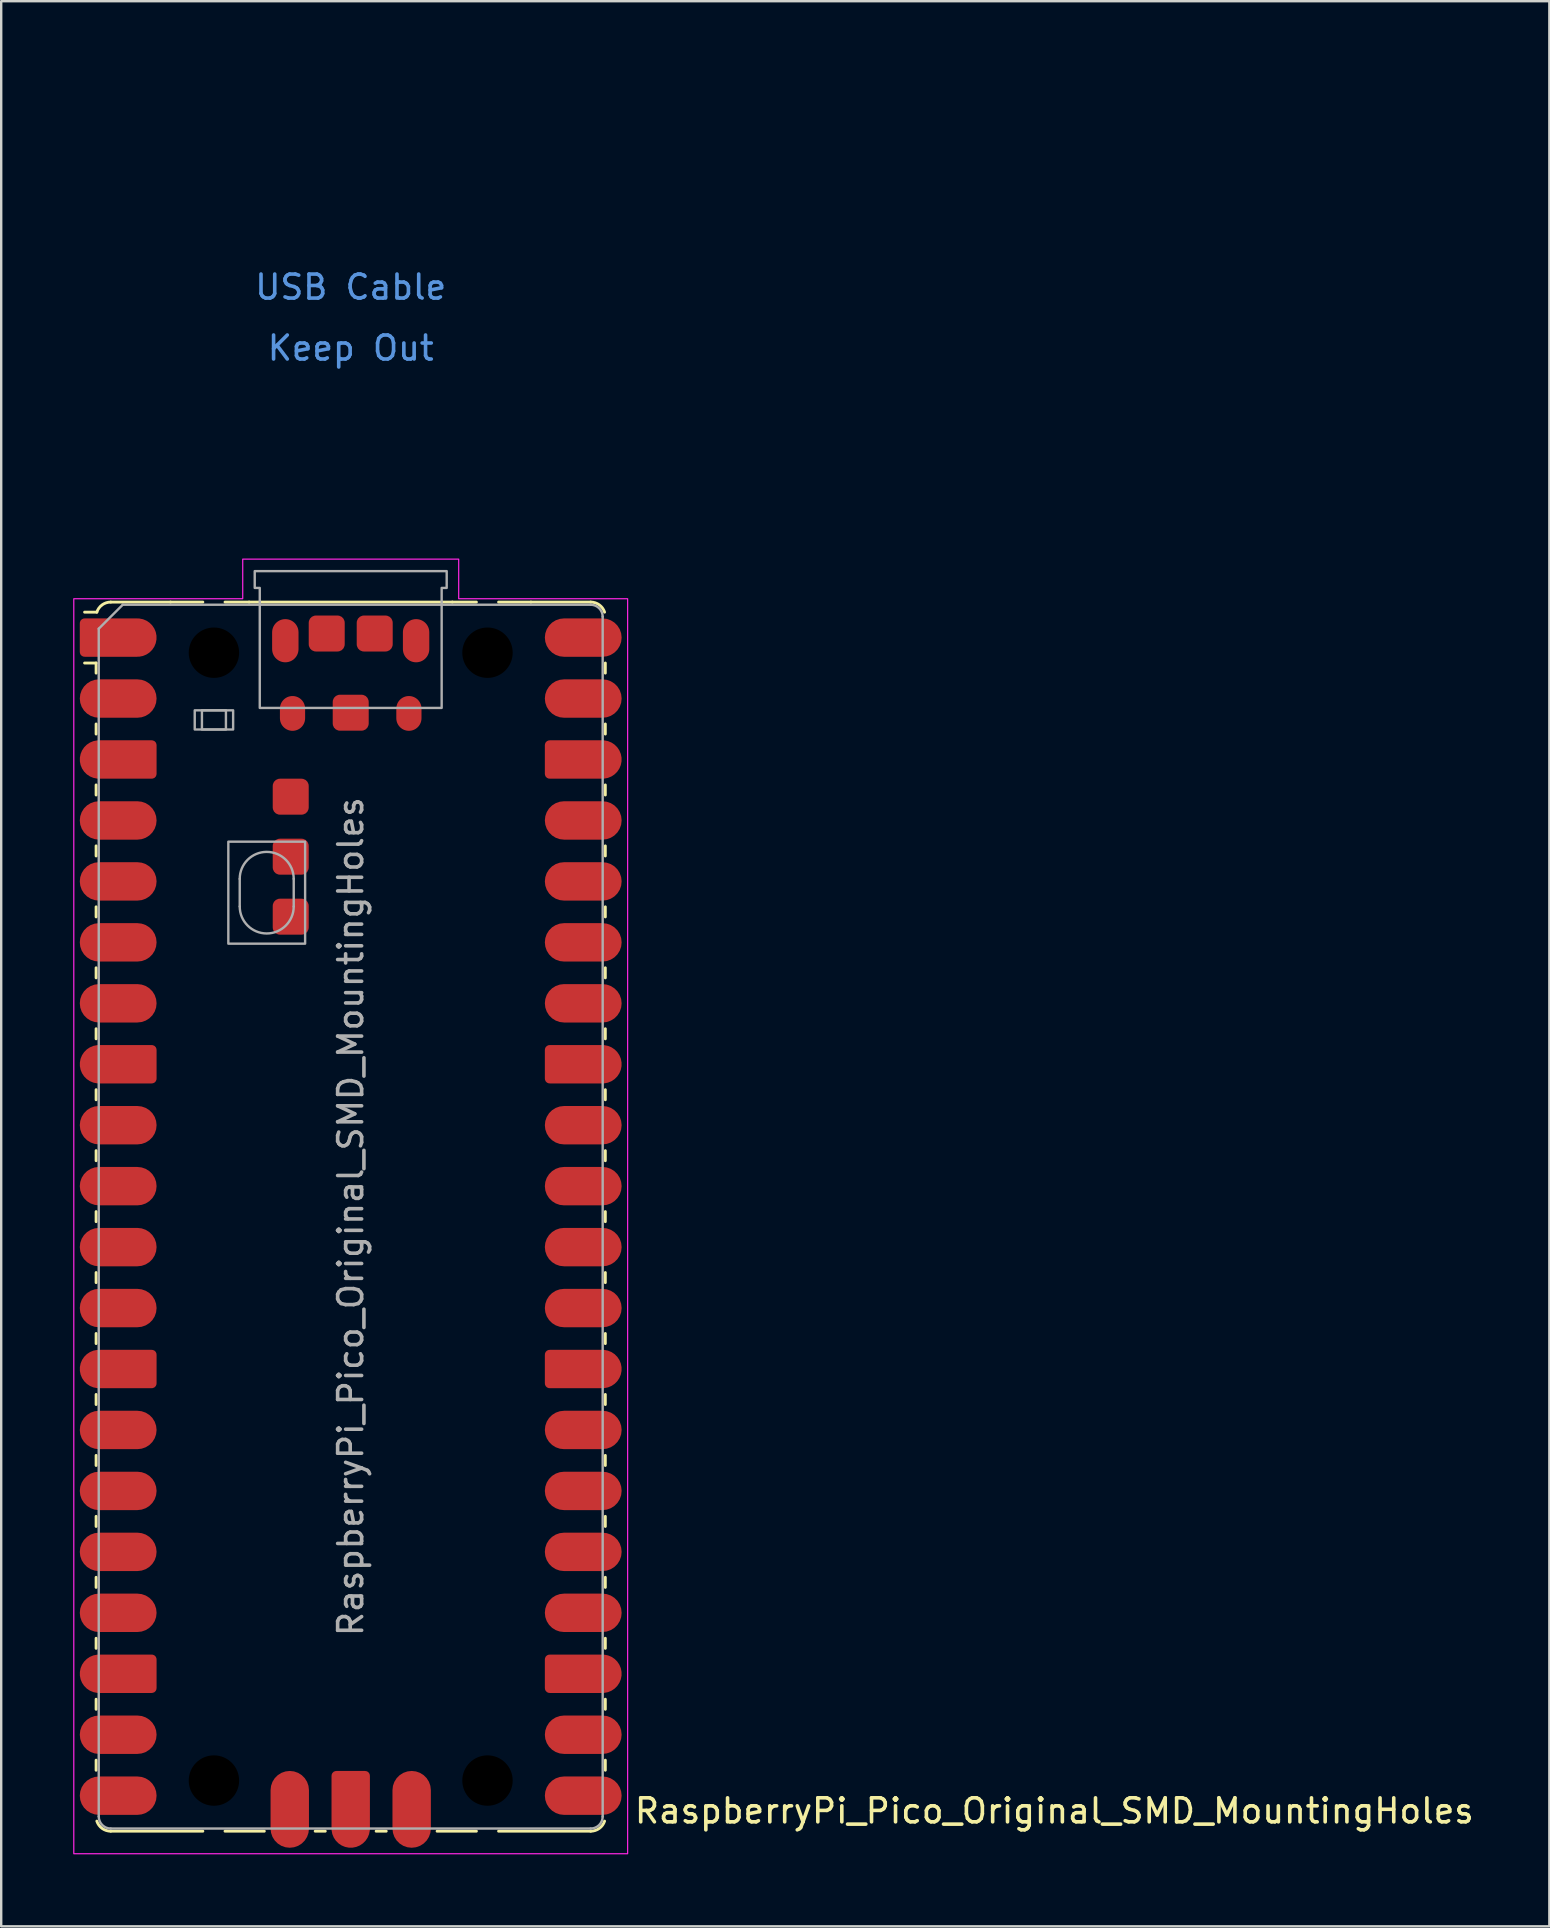
<source format=kicad_pcb>
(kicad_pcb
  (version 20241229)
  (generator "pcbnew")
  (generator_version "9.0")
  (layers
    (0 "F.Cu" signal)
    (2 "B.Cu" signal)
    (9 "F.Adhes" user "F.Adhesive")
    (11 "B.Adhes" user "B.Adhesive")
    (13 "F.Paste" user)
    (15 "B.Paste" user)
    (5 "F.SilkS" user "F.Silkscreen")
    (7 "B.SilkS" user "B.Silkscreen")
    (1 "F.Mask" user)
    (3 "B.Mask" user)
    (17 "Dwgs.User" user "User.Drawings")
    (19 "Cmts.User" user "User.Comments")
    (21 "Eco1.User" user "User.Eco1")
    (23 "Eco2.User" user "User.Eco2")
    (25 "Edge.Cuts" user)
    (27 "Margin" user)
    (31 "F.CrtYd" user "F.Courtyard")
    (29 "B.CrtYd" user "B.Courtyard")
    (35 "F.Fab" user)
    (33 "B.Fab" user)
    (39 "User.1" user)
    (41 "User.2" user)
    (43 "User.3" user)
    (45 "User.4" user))
  (footprint "RaspberryPi_Pico_Original_SMD_MountingHoles"
    (layer "F.Cu")
    (at 11.565 47.65)
    (property "Reference" "RaspberryPi_Pico_Original_SMD_MountingHoles" (at 11.748 24.765 0) (unlocked yes) (layer "F.SilkS") (effects (font (size 1 1) (thickness 0.15)) (justify left)))
    (attr smd)
    (fp_line (start -10.61 -23.07) (end -11.09 -23.07) (stroke (width 0.12) (type solid)) (layer "F.SilkS"))
    (fp_line (start -10.61 -23.07) (end -10.61 -22.65) (stroke (width 0.12) (type solid)) (layer "F.SilkS"))
    (fp_line (start -10.61 -20.53) (end -10.61 -20.11) (stroke (width 0.12) (type solid)) (layer "F.SilkS"))
    (fp_line (start -10.61 -17.99) (end -10.61 -17.57) (stroke (width 0.12) (type solid)) (layer "F.SilkS"))
    (fp_line (start -10.61 -15.45) (end -10.61 -15.03) (stroke (width 0.12) (type solid)) (layer "F.SilkS"))
    (fp_line (start -10.61 -12.91) (end -10.61 -12.49) (stroke (width 0.12) (type solid)) (layer "F.SilkS"))
    (fp_line (start -10.61 -10.37) (end -10.61 -9.95) (stroke (width 0.12) (type solid)) (layer "F.SilkS"))
    (fp_line (start -10.61 -7.83) (end -10.61 -7.41) (stroke (width 0.12) (type solid)) (layer "F.SilkS"))
    (fp_line (start -10.61 -5.29) (end -10.61 -4.87) (stroke (width 0.12) (type solid)) (layer "F.SilkS"))
    (fp_line (start -10.61 -2.75) (end -10.61 -2.33) (stroke (width 0.12) (type solid)) (layer "F.SilkS"))
    (fp_line (start -10.61 -0.21) (end -10.61 0.21) (stroke (width 0.12) (type solid)) (layer "F.SilkS"))
    (fp_line (start -10.61 2.33) (end -10.61 2.75) (stroke (width 0.12) (type solid)) (layer "F.SilkS"))
    (fp_line (start -10.61 4.87) (end -10.61 5.29) (stroke (width 0.12) (type solid)) (layer "F.SilkS"))
    (fp_line (start -10.61 7.41) (end -10.61 7.83) (stroke (width 0.12) (type solid)) (layer "F.SilkS"))
    (fp_line (start -10.61 9.95) (end -10.61 10.37) (stroke (width 0.12) (type solid)) (layer "F.SilkS"))
    (fp_line (start -10.61 12.49) (end -10.61 12.91) (stroke (width 0.12) (type solid)) (layer "F.SilkS"))
    (fp_line (start -10.61 15.03) (end -10.61 15.45) (stroke (width 0.12) (type solid)) (layer "F.SilkS"))
    (fp_line (start -10.61 17.57) (end -10.61 17.99) (stroke (width 0.12) (type solid)) (layer "F.SilkS"))
    (fp_line (start -10.61 20.11) (end -10.61 20.53) (stroke (width 0.12) (type solid)) (layer "F.SilkS"))
    (fp_line (start -10.61 22.65) (end -10.61 23.07) (stroke (width 0.12) (type solid)) (layer "F.SilkS"))
    (fp_line (start -10.58 -25.19) (end -11.09 -25.19) (stroke (width 0.12) (type solid)) (layer "F.SilkS"))
    (fp_line (start -10 -25.61) (end -7.51 -25.61) (stroke (width 0.12) (type solid)) (layer "F.SilkS"))
    (fp_line (start -10 25.61) (end -6.162 25.61) (stroke (width 0.12) (type solid)) (layer "F.SilkS"))
    (fp_line (start -7.51 -25.61) (end -6.162 -25.61) (stroke (width 0.12) (type solid)) (layer "F.SilkS"))
    (fp_line (start -5.238 -25.61) (end -4.235 -25.61) (stroke (width 0.12) (type solid)) (layer "F.SilkS"))
    (fp_line (start -4.235 -25.61) (end 4.235 -25.61) (stroke (width 0.12) (type solid)) (layer "F.SilkS"))
    (fp_line (start -3.6 25.61) (end -5.238 25.61) (stroke (width 0.12) (type solid)) (layer "F.SilkS"))
    (fp_line (start -1.48 25.61) (end -1.06 25.61) (stroke (width 0.12) (type solid)) (layer "F.SilkS"))
    (fp_line (start 1.06 25.61) (end 1.48 25.61) (stroke (width 0.12) (type solid)) (layer "F.SilkS"))
    (fp_line (start 4.235 -25.61) (end 5.238 -25.61) (stroke (width 0.12) (type solid)) (layer "F.SilkS"))
    (fp_line (start 5.238 25.61) (end 3.6 25.61) (stroke (width 0.12) (type solid)) (layer "F.SilkS"))
    (fp_line (start 6.162 -25.61) (end 7.51 -25.61) (stroke (width 0.12) (type solid)) (layer "F.SilkS"))
    (fp_line (start 6.162 25.61) (end 10 25.61) (stroke (width 0.12) (type solid)) (layer "F.SilkS"))
    (fp_line (start 10 -25.61) (end 7.51 -25.61) (stroke (width 0.12) (type solid)) (layer "F.SilkS"))
    (fp_line (start 10.61 -23.07) (end 10.61 -22.65) (stroke (width 0.12) (type solid)) (layer "F.SilkS"))
    (fp_line (start 10.61 -20.53) (end 10.61 -20.11) (stroke (width 0.12) (type solid)) (layer "F.SilkS"))
    (fp_line (start 10.61 -17.99) (end 10.61 -17.57) (stroke (width 0.12) (type solid)) (layer "F.SilkS"))
    (fp_line (start 10.61 -15.45) (end 10.61 -15.03) (stroke (width 0.12) (type solid)) (layer "F.SilkS"))
    (fp_line (start 10.61 -12.91) (end 10.61 -12.49) (stroke (width 0.12) (type solid)) (layer "F.SilkS"))
    (fp_line (start 10.61 -10.37) (end 10.61 -9.95) (stroke (width 0.12) (type solid)) (layer "F.SilkS"))
    (fp_line (start 10.61 -7.83) (end 10.61 -7.41) (stroke (width 0.12) (type solid)) (layer "F.SilkS"))
    (fp_line (start 10.61 -5.29) (end 10.61 -4.87) (stroke (width 0.12) (type solid)) (layer "F.SilkS"))
    (fp_line (start 10.61 -2.75) (end 10.61 -2.33) (stroke (width 0.12) (type solid)) (layer "F.SilkS"))
    (fp_line (start 10.61 -0.21) (end 10.61 0.21) (stroke (width 0.12) (type solid)) (layer "F.SilkS"))
    (fp_line (start 10.61 2.33) (end 10.61 2.75) (stroke (width 0.12) (type solid)) (layer "F.SilkS"))
    (fp_line (start 10.61 4.87) (end 10.61 5.29) (stroke (width 0.12) (type solid)) (layer "F.SilkS"))
    (fp_line (start 10.61 7.41) (end 10.61 7.83) (stroke (width 0.12) (type solid)) (layer "F.SilkS"))
    (fp_line (start 10.61 9.95) (end 10.61 10.37) (stroke (width 0.12) (type solid)) (layer "F.SilkS"))
    (fp_line (start 10.61 12.49) (end 10.61 12.91) (stroke (width 0.12) (type solid)) (layer "F.SilkS"))
    (fp_line (start 10.61 15.03) (end 10.61 15.45) (stroke (width 0.12) (type solid)) (layer "F.SilkS"))
    (fp_line (start 10.61 17.57) (end 10.61 17.99) (stroke (width 0.12) (type solid)) (layer "F.SilkS"))
    (fp_line (start 10.61 20.11) (end 10.61 20.53) (stroke (width 0.12) (type solid)) (layer "F.SilkS"))
    (fp_line (start 10.61 22.65) (end 10.61 23.07) (stroke (width 0.12) (type solid)) (layer "F.SilkS"))
    (fp_arc (start -10.579676 -25.189937) (mid -10.357938 -25.493944) (end -10 -25.61) (stroke (width 0.12) (type solid)) (layer "F.SilkS"))
    (fp_arc (start -10 25.61) (mid -10.357937 25.493943) (end -10.579676 25.189937) (stroke (width 0.12) (type solid)) (layer "F.SilkS"))
    (fp_arc (start 10 -25.61) (mid 10.357937 -25.493944) (end 10.579676 -25.189937) (stroke (width 0.12) (type solid)) (layer "F.SilkS"))
    (fp_arc (start 10.579676 25.189937) (mid 10.357953 25.493966) (end 10 25.61) (stroke (width 0.12) (type solid)) (layer "F.SilkS"))
    (fp_poly (pts (xy -4.5 -27.4) (xy 4.5 -27.4) (xy 4.5 -25.75) (xy 11.54 -25.75) (xy 11.54 26.55) (xy -11.54 26.55) (xy -11.54 -25.75) (xy -4.5 -25.75)) (stroke (width 0.05) (type solid)) (fill no) (layer "F.CrtYd"))
    (fp_line (start -10.5 -24.5) (end -9.5 -25.5) (stroke (width 0.1) (type solid)) (layer "F.Fab"))
    (fp_line (start -10.5 25) (end -10.5 -24.5) (stroke (width 0.1) (type solid)) (layer "F.Fab"))
    (fp_line (start -9.5 -25.5) (end 10 -25.5) (stroke (width 0.1) (type solid)) (layer "F.Fab"))
    (fp_line (start -4.625 -14.075) (end -4.625 -12.925) (stroke (width 0.1) (type solid)) (layer "F.Fab"))
    (fp_line (start -2.375 -14.075) (end -2.375 -12.925) (stroke (width 0.1) (type solid)) (layer "F.Fab"))
    (fp_line (start 10 25.5) (end -10 25.5) (stroke (width 0.1) (type solid)) (layer "F.Fab"))
    (fp_line (start 10.5 -25) (end 10.5 25) (stroke (width 0.1) (type solid)) (layer "F.Fab"))
    (fp_rect (start -6.5 -21.1) (end -4.9 -20.3) (stroke (width 0.1) (type solid)) (fill no) (layer "F.Fab"))
    (fp_rect (start -6.2 -21.1) (end -5.2 -20.3) (stroke (width 0.1) (type solid)) (fill no) (layer "F.Fab"))
    (fp_rect (start -5.1 -15.625) (end -1.9 -11.375) (stroke (width 0.1) (type solid)) (fill no) (layer "F.Fab"))
    (fp_arc (start -10 25.5) (mid -10.353553 25.353553) (end -10.5 25) (stroke (width 0.1) (type solid)) (layer "F.Fab"))
    (fp_arc (start -4.625 -14.075) (mid -3.5 -15.2) (end -2.375 -14.075) (stroke (width 0.1) (type solid)) (layer "F.Fab"))
    (fp_arc (start -2.375 -12.925) (mid -3.5 -11.8) (end -4.625 -12.925) (stroke (width 0.1) (type solid)) (layer "F.Fab"))
    (fp_arc (start 10 -25.5) (mid 10.353553 -25.353553) (end 10.5 -25) (stroke (width 0.1) (type solid)) (layer "F.Fab"))
    (fp_arc (start 10.5 25) (mid 10.353553 25.353553) (end 10 25.5) (stroke (width 0.1) (type solid)) (layer "F.Fab"))
    (fp_poly (pts (xy 3.79 -21.2) (xy 3.79 -26.2) (xy 4 -26.2) (xy 4 -26.9) (xy -4 -26.9) (xy -4 -26.2) (xy -3.79 -26.2) (xy -3.79 -21.2)) (stroke (width 0.1) (type solid)) (fill no) (layer "F.Fab"))
    (fp_text user "Keep Out" (at 0 -36.195 0) (unlocked yes) (layer "Cmts.User") (effects (font (size 1 1) (thickness 0.15))))
    (fp_text user "USB Cable" (at 0 -38.735 0) (unlocked yes) (layer "Cmts.User") (effects (font (size 1 1) (thickness 0.15))))
    (fp_text user "${REFERENCE}" (at 0 0 90) (layer "F.Fab") (effects (font (size 1 1) (thickness 0.15))))
    (pad "" np_thru_hole circle (at -5.7 -23.5) (size 3.8 3.8) (drill 2.1) (layers "*.Mask"))
    (pad "" np_thru_hole circle (at -5.7 23.5) (size 3.8 3.8) (drill 2.1) (layers "*.Mask"))
    (pad "" smd oval (at -2.725 -24) (size 1.1 1.8) (layers "F.Cu" "F.Mask" "F.Paste"))
    (pad "" smd oval (at -2.425 -20.97) (size 1.05 1.45) (layers "F.Cu" "F.Mask" "F.Paste"))
    (pad "" smd oval (at 2.425 -20.97) (size 1.05 1.45) (layers "F.Cu" "F.Mask" "F.Paste"))
    (pad "" smd oval (at 2.725 -24) (size 1.1 1.8) (layers "F.Cu" "F.Mask" "F.Paste"))
    (pad "" np_thru_hole circle (at 5.7 -23.5) (size 3.8 3.8) (drill 2.1) (layers "*.Mask"))
    (pad "" np_thru_hole circle (at 5.7 23.5) (size 3.8 3.8) (drill 2.1) (layers "*.Mask"))
    (pad "1" smd custom (at -8.89 -24.13) (size 1.6 1.6) (layers "F.Cu" "F.Mask" "F.Paste") (options (anchor circle)) (primitives (gr_poly (pts (xy -2.4 0.6) (xy -2.4 -0.6) (xy -2.2 -0.8) (xy 0 -0.8) (xy 0 0.8) (xy -2.2 0.8)) (width 0) (fill yes)) (gr_circle (center -2.2 0.6) (end -2 0.6) (width 0) (fill yes)) (gr_circle (center -2.2 -0.6) (end -2 -0.6) (width 0) (fill yes))))
    (pad "2" smd roundrect (at -8.89 -21.59) (size 3.2 1.6) (drill (offset -0.8 0)) (layers "F.Cu" "F.Mask" "F.Paste") (roundrect_rratio 0.5))
    (pad "3" smd custom (at -8.89 -19.05) (size 1.6 1.6) (layers "F.Cu" "F.Mask" "F.Paste") (options (anchor circle)) (primitives (gr_poly (pts (xy 0.8 -0.6) (xy 0.8 0.6) (xy 0.6 0.8) (xy -1.6 0.8) (xy -1.6 -0.8) (xy 0.6 -0.8)) (width 0) (fill yes)) (gr_circle (center 0.6 0.6) (end 0.8 0.6) (width 0) (fill yes)) (gr_circle (center 0.6 -0.6) (end 0.8 -0.6) (width 0) (fill yes)) (gr_circle (center -1.6 0) (end -0.8 0) (width 0) (fill yes))))
    (pad "4" smd roundrect (at -8.89 -16.51) (size 3.2 1.6) (drill (offset -0.8 0)) (layers "F.Cu" "F.Mask" "F.Paste") (roundrect_rratio 0.5))
    (pad "5" smd roundrect (at -8.89 -13.97) (size 3.2 1.6) (drill (offset -0.8 0)) (layers "F.Cu" "F.Mask" "F.Paste") (roundrect_rratio 0.5))
    (pad "6" smd roundrect (at -8.89 -11.43) (size 3.2 1.6) (drill (offset -0.8 0)) (layers "F.Cu" "F.Mask" "F.Paste") (roundrect_rratio 0.5))
    (pad "7" smd roundrect (at -8.89 -8.89) (size 3.2 1.6) (drill (offset -0.8 0)) (layers "F.Cu" "F.Mask" "F.Paste") (roundrect_rratio 0.5))
    (pad "8" smd custom (at -8.89 -6.35) (size 1.6 1.6) (layers "F.Cu" "F.Mask" "F.Paste") (options (anchor circle)) (primitives (gr_poly (pts (xy 0.8 -0.6) (xy 0.8 0.6) (xy 0.6 0.8) (xy -1.6 0.8) (xy -1.6 -0.8) (xy 0.6 -0.8)) (width 0) (fill yes)) (gr_circle (center 0.6 0.6) (end 0.8 0.6) (width 0) (fill yes)) (gr_circle (center 0.6 -0.6) (end 0.8 -0.6) (width 0) (fill yes)) (gr_circle (center -1.6 0) (end -0.8 0) (width 0) (fill yes))))
    (pad "9" smd roundrect (at -8.89 -3.81) (size 3.2 1.6) (drill (offset -0.8 0)) (layers "F.Cu" "F.Mask" "F.Paste") (roundrect_rratio 0.5))
    (pad "10" smd roundrect (at -8.89 -1.27) (size 3.2 1.6) (drill (offset -0.8 0)) (layers "F.Cu" "F.Mask" "F.Paste") (roundrect_rratio 0.5))
    (pad "11" smd roundrect (at -8.89 1.27) (size 3.2 1.6) (drill (offset -0.8 0)) (layers "F.Cu" "F.Mask" "F.Paste") (roundrect_rratio 0.5))
    (pad "12" smd roundrect (at -8.89 3.81) (size 3.2 1.6) (drill (offset -0.8 0)) (layers "F.Cu" "F.Mask" "F.Paste") (roundrect_rratio 0.5))
    (pad "13" smd custom (at -8.89 6.35) (size 1.6 1.6) (layers "F.Cu" "F.Mask" "F.Paste") (options (anchor circle)) (primitives (gr_poly (pts (xy 0.8 -0.6) (xy 0.8 0.6) (xy 0.6 0.8) (xy -1.6 0.8) (xy -1.6 -0.8) (xy 0.6 -0.8)) (width 0) (fill yes)) (gr_circle (center 0.6 0.6) (end 0.8 0.6) (width 0) (fill yes)) (gr_circle (center 0.6 -0.6) (end 0.8 -0.6) (width 0) (fill yes)) (gr_circle (center -1.6 0) (end -0.8 0) (width 0) (fill yes))))
    (pad "14" smd roundrect (at -8.89 8.89) (size 3.2 1.6) (drill (offset -0.8 0)) (layers "F.Cu" "F.Mask" "F.Paste") (roundrect_rratio 0.5))
    (pad "15" smd roundrect (at -8.89 11.43) (size 3.2 1.6) (drill (offset -0.8 0)) (layers "F.Cu" "F.Mask" "F.Paste") (roundrect_rratio 0.5))
    (pad "16" smd roundrect (at -8.89 13.97) (size 3.2 1.6) (drill (offset -0.8 0)) (layers "F.Cu" "F.Mask" "F.Paste") (roundrect_rratio 0.5))
    (pad "17" smd roundrect (at -8.89 16.51) (size 3.2 1.6) (drill (offset -0.8 0)) (layers "F.Cu" "F.Mask" "F.Paste") (roundrect_rratio 0.5))
    (pad "18" smd custom (at -8.89 19.05) (size 1.6 1.6) (layers "F.Cu" "F.Mask" "F.Paste") (options (anchor circle)) (primitives (gr_poly (pts (xy 0.8 -0.6) (xy 0.8 0.6) (xy 0.6 0.8) (xy -1.6 0.8) (xy -1.6 -0.8) (xy 0.6 -0.8)) (width 0) (fill yes)) (gr_circle (center 0.6 0.6) (end 0.8 0.6) (width 0) (fill yes)) (gr_circle (center 0.6 -0.6) (end 0.8 -0.6) (width 0) (fill yes)) (gr_circle (center -1.6 0) (end -0.8 0) (width 0) (fill yes))))
    (pad "19" smd roundrect (at -8.89 21.59) (size 3.2 1.6) (drill (offset -0.8 0)) (layers "F.Cu" "F.Mask" "F.Paste") (roundrect_rratio 0.5))
    (pad "20" smd roundrect (at -8.89 24.13) (size 3.2 1.6) (drill (offset -0.8 0)) (layers "F.Cu" "F.Mask" "F.Paste") (roundrect_rratio 0.5))
    (pad "21" smd roundrect (at 8.89 24.13) (size 3.2 1.6) (drill (offset 0.8 0)) (layers "F.Cu" "F.Mask" "F.Paste") (roundrect_rratio 0.5))
    (pad "22" smd roundrect (at 8.89 21.59) (size 3.2 1.6) (drill (offset 0.8 0)) (layers "F.Cu" "F.Mask" "F.Paste") (roundrect_rratio 0.5))
    (pad "23" smd custom (at 8.89 19.05) (size 1.6 1.6) (layers "F.Cu" "F.Mask" "F.Paste") (options (anchor circle)) (primitives (gr_poly (pts (xy -0.8 -0.6) (xy -0.8 0.6) (xy -0.6 0.8) (xy 1.6 0.8) (xy 1.6 -0.8) (xy -0.6 -0.8)) (width 0) (fill yes)) (gr_circle (center -0.6 0.6) (end -0.4 0.6) (width 0) (fill yes)) (gr_circle (center -0.6 -0.6) (end -0.4 -0.6) (width 0) (fill yes)) (gr_circle (center 1.6 0) (end 2.4 0) (width 0) (fill yes))))
    (pad "24" smd roundrect (at 8.89 16.51) (size 3.2 1.6) (drill (offset 0.8 0)) (layers "F.Cu" "F.Mask" "F.Paste") (roundrect_rratio 0.5))
    (pad "25" smd roundrect (at 8.89 13.97) (size 3.2 1.6) (drill (offset 0.8 0)) (layers "F.Cu" "F.Mask" "F.Paste") (roundrect_rratio 0.5))
    (pad "26" smd roundrect (at 8.89 11.43) (size 3.2 1.6) (drill (offset 0.8 0)) (layers "F.Cu" "F.Mask" "F.Paste") (roundrect_rratio 0.5))
    (pad "27" smd roundrect (at 8.89 8.89) (size 3.2 1.6) (drill (offset 0.8 0)) (layers "F.Cu" "F.Mask" "F.Paste") (roundrect_rratio 0.5))
    (pad "28" smd custom (at 8.89 6.35) (size 1.6 1.6) (layers "F.Cu" "F.Mask" "F.Paste") (options (anchor circle)) (primitives (gr_poly (pts (xy -0.8 -0.6) (xy -0.8 0.6) (xy -0.6 0.8) (xy 1.6 0.8) (xy 1.6 -0.8) (xy -0.6 -0.8)) (width 0) (fill yes)) (gr_circle (center -0.6 0.6) (end -0.4 0.6) (width 0) (fill yes)) (gr_circle (center -0.6 -0.6) (end -0.4 -0.6) (width 0) (fill yes)) (gr_circle (center 1.6 0) (end 2.4 0) (width 0) (fill yes))))
    (pad "29" smd roundrect (at 8.89 3.81) (size 3.2 1.6) (drill (offset 0.8 0)) (layers "F.Cu" "F.Mask" "F.Paste") (roundrect_rratio 0.5))
    (pad "30" smd roundrect (at 8.89 1.27) (size 3.2 1.6) (drill (offset 0.8 0)) (layers "F.Cu" "F.Mask" "F.Paste") (roundrect_rratio 0.5))
    (pad "31" smd roundrect (at 8.89 -1.27) (size 3.2 1.6) (drill (offset 0.8 0)) (layers "F.Cu" "F.Mask" "F.Paste") (roundrect_rratio 0.5))
    (pad "32" smd roundrect (at 8.89 -3.81) (size 3.2 1.6) (drill (offset 0.8 0)) (layers "F.Cu" "F.Mask" "F.Paste") (roundrect_rratio 0.5))
    (pad "33" smd custom (at 8.89 -6.35) (size 1.6 1.6) (layers "F.Cu" "F.Mask" "F.Paste") (options (anchor circle)) (primitives (gr_poly (pts (xy -0.8 -0.6) (xy -0.8 0.6) (xy -0.6 0.8) (xy 1.6 0.8) (xy 1.6 -0.8) (xy -0.6 -0.8)) (width 0) (fill yes)) (gr_circle (center -0.6 0.6) (end -0.4 0.6) (width 0) (fill yes)) (gr_circle (center -0.6 -0.6) (end -0.4 -0.6) (width 0) (fill yes)) (gr_circle (center 1.6 0) (end 2.4 0) (width 0) (fill yes))))
    (pad "34" smd roundrect (at 8.89 -8.89) (size 3.2 1.6) (drill (offset 0.8 0)) (layers "F.Cu" "F.Mask" "F.Paste") (roundrect_rratio 0.5))
    (pad "35" smd roundrect (at 8.89 -11.43) (size 3.2 1.6) (drill (offset 0.8 0)) (layers "F.Cu" "F.Mask" "F.Paste") (roundrect_rratio 0.5))
    (pad "36" smd roundrect (at 8.89 -13.97) (size 3.2 1.6) (drill (offset 0.8 0)) (layers "F.Cu" "F.Mask" "F.Paste") (roundrect_rratio 0.5))
    (pad "37" smd roundrect (at 8.89 -16.51) (size 3.2 1.6) (drill (offset 0.8 0)) (layers "F.Cu" "F.Mask" "F.Paste") (roundrect_rratio 0.5))
    (pad "38" smd custom (at 8.89 -19.05) (size 1.6 1.6) (layers "F.Cu" "F.Mask" "F.Paste") (options (anchor circle)) (primitives (gr_poly (pts (xy -0.8 -0.6) (xy -0.8 0.6) (xy -0.6 0.8) (xy 1.6 0.8) (xy 1.6 -0.8) (xy -0.6 -0.8)) (width 0) (fill yes)) (gr_circle (center -0.6 0.6) (end -0.4 0.6) (width 0) (fill yes)) (gr_circle (center -0.6 -0.6) (end -0.4 -0.6) (width 0) (fill yes)) (gr_circle (center 1.6 0) (end 2.4 0) (width 0) (fill yes))))
    (pad "39" smd roundrect (at 8.89 -21.59) (size 3.2 1.6) (drill (offset 0.8 0)) (layers "F.Cu" "F.Mask" "F.Paste") (roundrect_rratio 0.5))
    (pad "40" smd roundrect (at 8.89 -24.13) (size 3.2 1.6) (drill (offset 0.8 0)) (layers "F.Cu" "F.Mask" "F.Paste") (roundrect_rratio 0.5))
    (pad "D1" smd roundrect (at -2.54 23.9 90) (size 3.2 1.6) (drill (offset -0.8 0)) (layers "F.Cu" "F.Mask" "F.Paste") (roundrect_rratio 0.5))
    (pad "D2" smd custom (at 0 23.9 270) (size 1.6 1.6) (layers "F.Cu" "F.Mask" "F.Paste") (options (anchor circle)) (primitives (gr_poly (pts (xy -0.8 -0.6) (xy -0.8 0.6) (xy -0.6 0.8) (xy 1.6 0.8) (xy 1.6 -0.8) (xy -0.6 -0.8)) (width 0) (fill yes)) (gr_circle (center -0.6 0.6) (end -0.4 0.6) (width 0) (fill yes)) (gr_circle (center -0.6 -0.6) (end -0.4 -0.6) (width 0) (fill yes)) (gr_circle (center 1.6 0) (end 2.4 0) (width 0) (fill yes))))
    (pad "D3" smd roundrect (at 2.54 23.9 90) (size 3.2 1.6) (drill (offset -0.8 0)) (layers "F.Cu" "F.Mask" "F.Paste") (roundrect_rratio 0.5))
    (pad "TP1" smd roundrect (at 0 -21) (size 1.5 1.5) (layers "F.Cu" "F.Mask" "F.Paste") (roundrect_rratio 0.2))
    (pad "TP2" smd roundrect (at 1 -24.3) (size 1.5 1.5) (layers "F.Cu" "F.Mask" "F.Paste") (roundrect_rratio 0.2))
    (pad "TP3" smd roundrect (at -1 -24.3) (size 1.5 1.5) (layers "F.Cu" "F.Mask" "F.Paste") (roundrect_rratio 0.2))
    (pad "TP4" smd roundrect (at -2.5 -17.5) (size 1.5 1.5) (layers "F.Cu" "F.Mask" "F.Paste") (roundrect_rratio 0.2))
    (pad "TP5" smd roundrect (at -2.5 -15) (size 1.5 1.5) (layers "F.Cu" "F.Mask" "F.Paste") (roundrect_rratio 0.2))
    (pad "TP6" smd roundrect (at -2.5 -12.5) (size 1.5 1.5) (layers "F.Cu" "F.Mask" "F.Paste") (roundrect_rratio 0.2))
    (zone (net_name "") (layer "Edge.Cuts") (name "Board Keep Out USB Cable") (hatch edge 0.5) (connect_pads) (min_thickness 0.254) (filled_areas_thickness no) (keepout (tracks allowed) (vias allowed) (pads allowed) (copperpour allowed) (footprints allowed)) (placement (enabled no)) (fill) (polygon (pts (xy 5.365 0) (xy 17.765 0) (xy 17.765 20.4) (xy 5.365 20.4))))
    (zone (net_name "") (layer "F.CrtYd") (name "USB Cable Keep Out") (hatch full 0.5) (connect_pads) (min_thickness 0.254) (filled_areas_thickness no) (keepout (tracks allowed) (vias allowed) (pads allowed) (copperpour allowed) (footprints not_allowed)) (placement (enabled no)) (fill) (polygon (pts (xy 5.815 19.95) (xy 7.625 19.95) (xy 7.625 20.25) (xy 15.505 20.25) (xy 15.505 19.95) (xy 17.315 19.95) (xy 17.315 0.45) (xy 5.815 0.45)))))
  (gr_rect
    (start -3 -3)
    (end 61.515 77.225)
    (stroke (width 0.1) (type default))
    (fill no)
    (layer "Edge.Cuts")))
</source>
